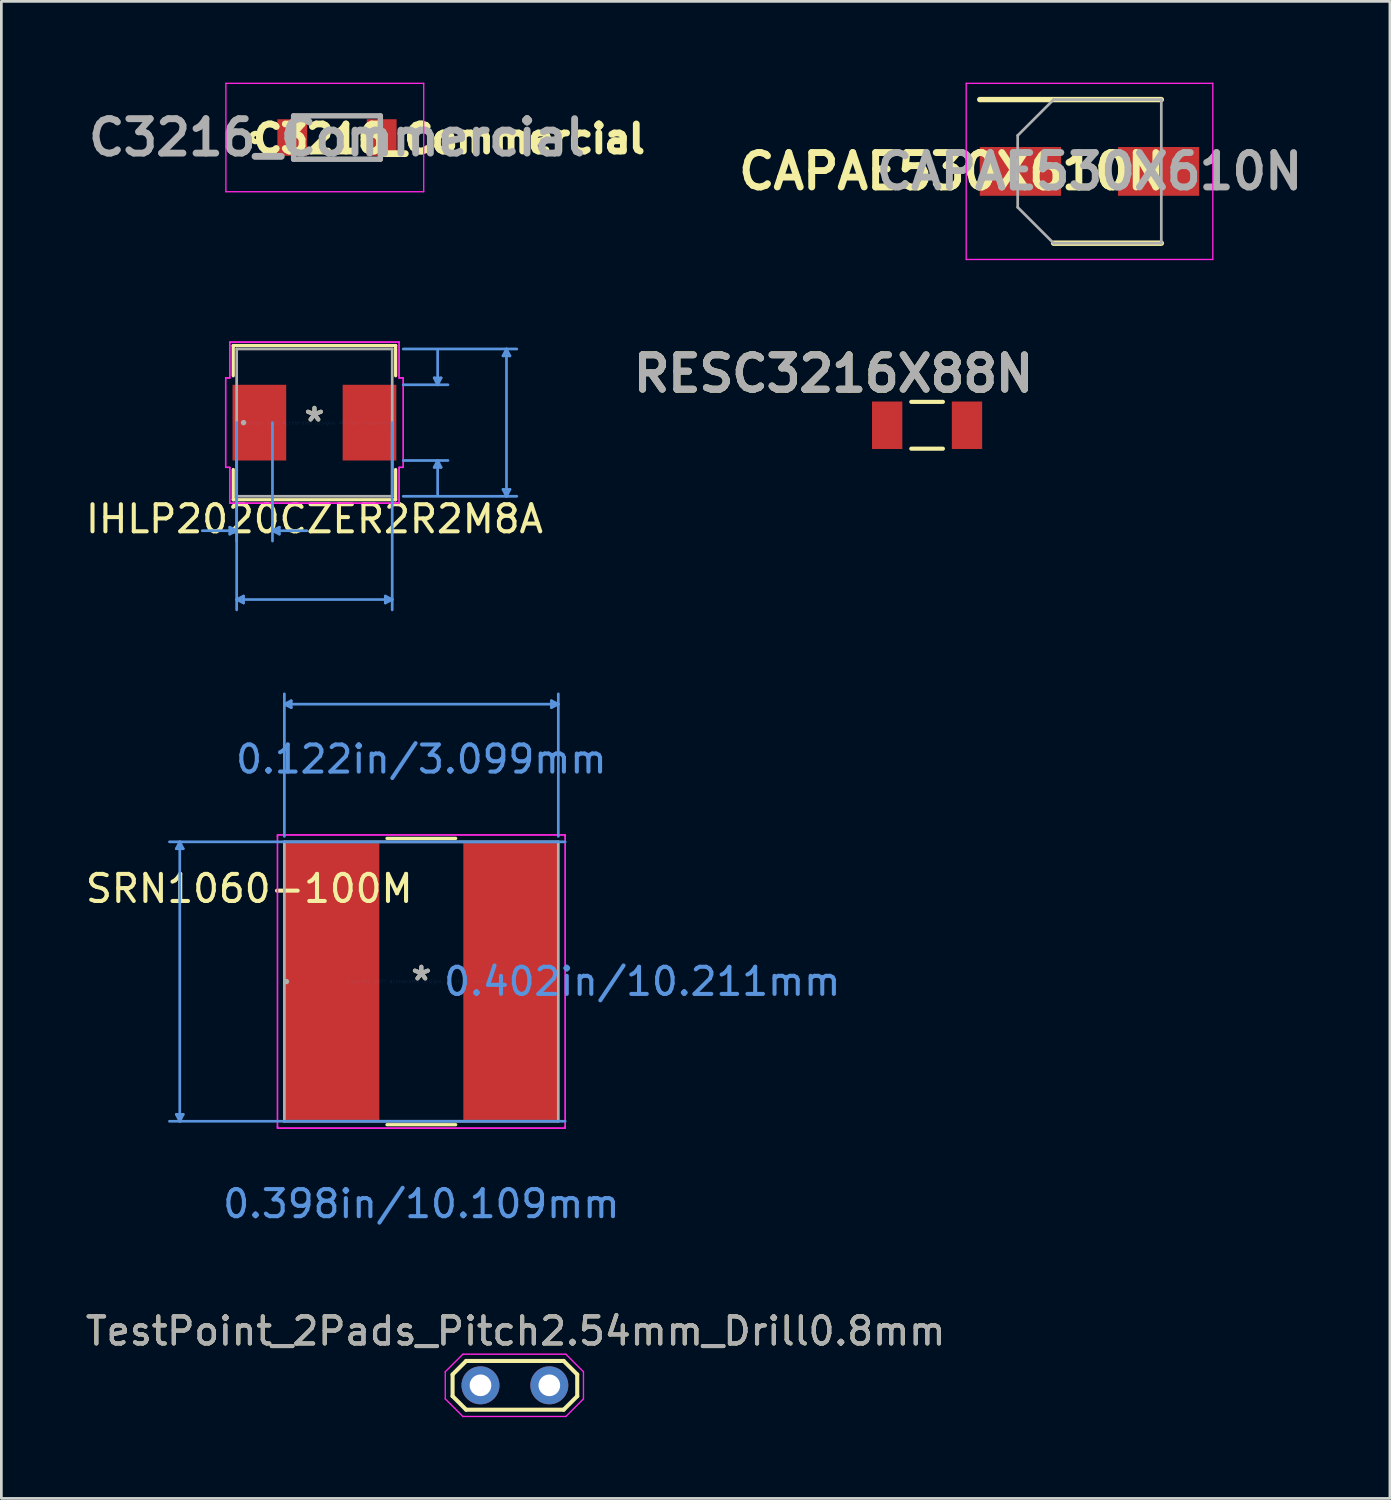
<source format=kicad_pcb>
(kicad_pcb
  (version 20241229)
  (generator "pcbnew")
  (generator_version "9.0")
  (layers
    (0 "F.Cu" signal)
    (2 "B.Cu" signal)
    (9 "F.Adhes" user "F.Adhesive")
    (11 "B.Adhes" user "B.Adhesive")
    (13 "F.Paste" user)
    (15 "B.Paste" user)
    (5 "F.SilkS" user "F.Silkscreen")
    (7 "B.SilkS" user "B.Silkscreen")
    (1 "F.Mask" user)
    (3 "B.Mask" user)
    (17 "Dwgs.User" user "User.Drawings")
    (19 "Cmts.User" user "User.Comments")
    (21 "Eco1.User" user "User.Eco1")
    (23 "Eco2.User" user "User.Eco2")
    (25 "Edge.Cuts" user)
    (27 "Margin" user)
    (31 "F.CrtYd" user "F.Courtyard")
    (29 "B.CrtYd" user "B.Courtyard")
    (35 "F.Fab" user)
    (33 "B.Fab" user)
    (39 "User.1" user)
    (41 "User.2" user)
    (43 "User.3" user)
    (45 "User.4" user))
  (footprint "IHLP2020CZER2R2M8A"
    (layer "F.Cu")
    (at 8.554 12.547)
    (property "Reference" "IHLP2020CZER2R2M8A" (at 0 3.556 0) (layer "F.SilkS") (effects (font (size 1 1) (thickness 0.15))))
    (attr through_hole)
    (fp_line (start -2.997 -2.845) (end -2.997 -1.73) (stroke (width 0.12) (type solid)) (layer "F.SilkS"))
    (fp_line (start -2.997 1.73) (end -2.997 2.845) (stroke (width 0.12) (type solid)) (layer "F.SilkS"))
    (fp_line (start -2.997 2.845) (end 2.997 2.845) (stroke (width 0.12) (type solid)) (layer "F.SilkS"))
    (fp_line (start 2.997 -2.845) (end -2.997 -2.845) (stroke (width 0.12) (type solid)) (layer "F.SilkS"))
    (fp_line (start 2.997 -1.73) (end 2.997 -2.845) (stroke (width 0.12) (type solid)) (layer "F.SilkS"))
    (fp_line (start 2.997 2.845) (end 2.997 1.73) (stroke (width 0.12) (type solid)) (layer "F.SilkS"))
    (fp_line (start -3.124 3.861) (end -3.124 4.115) (stroke (width 0.1) (type solid)) (layer "Cmts.User"))
    (fp_line (start -2.87 0) (end -2.87 4.369) (stroke (width 0.1) (type solid)) (layer "Cmts.User"))
    (fp_line (start -2.87 0) (end -2.87 6.909) (stroke (width 0.1) (type solid)) (layer "Cmts.User"))
    (fp_line (start -2.87 3.988) (end -4.14 3.988) (stroke (width 0.1) (type solid)) (layer "Cmts.User"))
    (fp_line (start -2.87 3.988) (end -3.124 3.861) (stroke (width 0.1) (type solid)) (layer "Cmts.User"))
    (fp_line (start -2.87 3.988) (end -3.124 4.115) (stroke (width 0.1) (type solid)) (layer "Cmts.User"))
    (fp_line (start -2.87 6.528) (end -2.616 6.401) (stroke (width 0.1) (type solid)) (layer "Cmts.User"))
    (fp_line (start -2.87 6.528) (end -2.616 6.655) (stroke (width 0.1) (type solid)) (layer "Cmts.User"))
    (fp_line (start -2.87 6.528) (end 2.87 6.528) (stroke (width 0.1) (type solid)) (layer "Cmts.User"))
    (fp_line (start -2.616 6.401) (end -2.616 6.655) (stroke (width 0.1) (type solid)) (layer "Cmts.User"))
    (fp_line (start -1.549 0) (end -1.549 4.369) (stroke (width 0.1) (type solid)) (layer "Cmts.User"))
    (fp_line (start -1.549 3.988) (end -1.295 3.861) (stroke (width 0.1) (type solid)) (layer "Cmts.User"))
    (fp_line (start -1.549 3.988) (end -1.295 4.115) (stroke (width 0.1) (type solid)) (layer "Cmts.User"))
    (fp_line (start -1.549 3.988) (end -0.279 3.988) (stroke (width 0.1) (type solid)) (layer "Cmts.User"))
    (fp_line (start -1.295 3.861) (end -1.295 4.115) (stroke (width 0.1) (type solid)) (layer "Cmts.User"))
    (fp_line (start 2.616 6.401) (end 2.616 6.655) (stroke (width 0.1) (type solid)) (layer "Cmts.User"))
    (fp_line (start 2.87 0) (end 2.87 6.909) (stroke (width 0.1) (type solid)) (layer "Cmts.User"))
    (fp_line (start 2.87 6.528) (end 2.616 6.401) (stroke (width 0.1) (type solid)) (layer "Cmts.User"))
    (fp_line (start 2.87 6.528) (end 2.616 6.655) (stroke (width 0.1) (type solid)) (layer "Cmts.User"))
    (fp_line (start 3.277 -2.718) (end 7.468 -2.718) (stroke (width 0.1) (type solid)) (layer "Cmts.User"))
    (fp_line (start 3.277 -1.397) (end 4.928 -1.397) (stroke (width 0.1) (type solid)) (layer "Cmts.User"))
    (fp_line (start 3.277 1.397) (end 4.928 1.397) (stroke (width 0.1) (type solid)) (layer "Cmts.User"))
    (fp_line (start 3.277 2.718) (end 7.468 2.718) (stroke (width 0.1) (type solid)) (layer "Cmts.User"))
    (fp_line (start 4.42 -1.651) (end 4.674 -1.651) (stroke (width 0.1) (type solid)) (layer "Cmts.User"))
    (fp_line (start 4.42 1.651) (end 4.674 1.651) (stroke (width 0.1) (type solid)) (layer "Cmts.User"))
    (fp_line (start 4.547 -1.397) (end 4.42 -1.651) (stroke (width 0.1) (type solid)) (layer "Cmts.User"))
    (fp_line (start 4.547 -1.397) (end 4.547 -2.667) (stroke (width 0.1) (type solid)) (layer "Cmts.User"))
    (fp_line (start 4.547 -1.397) (end 4.674 -1.651) (stroke (width 0.1) (type solid)) (layer "Cmts.User"))
    (fp_line (start 4.547 1.397) (end 4.42 1.651) (stroke (width 0.1) (type solid)) (layer "Cmts.User"))
    (fp_line (start 4.547 1.397) (end 4.547 2.667) (stroke (width 0.1) (type solid)) (layer "Cmts.User"))
    (fp_line (start 4.547 1.397) (end 4.674 1.651) (stroke (width 0.1) (type solid)) (layer "Cmts.User"))
    (fp_line (start 6.96 -2.464) (end 7.214 -2.464) (stroke (width 0.1) (type solid)) (layer "Cmts.User"))
    (fp_line (start 6.96 2.464) (end 7.214 2.464) (stroke (width 0.1) (type solid)) (layer "Cmts.User"))
    (fp_line (start 7.087 -2.718) (end 6.96 -2.464) (stroke (width 0.1) (type solid)) (layer "Cmts.User"))
    (fp_line (start 7.087 -2.718) (end 7.087 2.718) (stroke (width 0.1) (type solid)) (layer "Cmts.User"))
    (fp_line (start 7.087 -2.718) (end 7.214 -2.464) (stroke (width 0.1) (type solid)) (layer "Cmts.User"))
    (fp_line (start 7.087 2.718) (end 6.96 2.464) (stroke (width 0.1) (type solid)) (layer "Cmts.User"))
    (fp_line (start 7.087 2.718) (end 7.214 2.464) (stroke (width 0.1) (type solid)) (layer "Cmts.User"))
    (fp_line (start -3.277 -1.651) (end -3.124 -1.651) (stroke (width 0.05) (type solid)) (layer "F.CrtYd"))
    (fp_line (start -3.277 -1.651) (end -3.124 -1.651) (stroke (width 0.05) (type solid)) (layer "F.CrtYd"))
    (fp_line (start -3.277 1.651) (end -3.277 -1.651) (stroke (width 0.05) (type solid)) (layer "F.CrtYd"))
    (fp_line (start -3.277 1.651) (end -3.277 -1.651) (stroke (width 0.05) (type solid)) (layer "F.CrtYd"))
    (fp_line (start -3.124 -2.972) (end 3.124 -2.972) (stroke (width 0.05) (type solid)) (layer "F.CrtYd"))
    (fp_line (start -3.124 -2.972) (end 3.124 -2.972) (stroke (width 0.05) (type solid)) (layer "F.CrtYd"))
    (fp_line (start -3.124 -1.651) (end -3.124 -2.972) (stroke (width 0.05) (type solid)) (layer "F.CrtYd"))
    (fp_line (start -3.124 -1.651) (end -3.124 -2.972) (stroke (width 0.05) (type solid)) (layer "F.CrtYd"))
    (fp_line (start -3.124 1.651) (end -3.277 1.651) (stroke (width 0.05) (type solid)) (layer "F.CrtYd"))
    (fp_line (start -3.124 1.651) (end -3.277 1.651) (stroke (width 0.05) (type solid)) (layer "F.CrtYd"))
    (fp_line (start -3.124 2.972) (end -3.124 1.651) (stroke (width 0.05) (type solid)) (layer "F.CrtYd"))
    (fp_line (start -3.124 2.972) (end -3.124 1.651) (stroke (width 0.05) (type solid)) (layer "F.CrtYd"))
    (fp_line (start 3.124 -2.972) (end 3.124 -1.651) (stroke (width 0.05) (type solid)) (layer "F.CrtYd"))
    (fp_line (start 3.124 -2.972) (end 3.124 -1.651) (stroke (width 0.05) (type solid)) (layer "F.CrtYd"))
    (fp_line (start 3.124 -1.651) (end 3.277 -1.651) (stroke (width 0.05) (type solid)) (layer "F.CrtYd"))
    (fp_line (start 3.124 -1.651) (end 3.277 -1.651) (stroke (width 0.05) (type solid)) (layer "F.CrtYd"))
    (fp_line (start 3.124 1.651) (end 3.124 2.972) (stroke (width 0.05) (type solid)) (layer "F.CrtYd"))
    (fp_line (start 3.124 1.651) (end 3.124 2.972) (stroke (width 0.05) (type solid)) (layer "F.CrtYd"))
    (fp_line (start 3.124 2.972) (end -3.124 2.972) (stroke (width 0.05) (type solid)) (layer "F.CrtYd"))
    (fp_line (start 3.124 2.972) (end -3.124 2.972) (stroke (width 0.05) (type solid)) (layer "F.CrtYd"))
    (fp_line (start 3.277 -1.651) (end 3.277 1.651) (stroke (width 0.05) (type solid)) (layer "F.CrtYd"))
    (fp_line (start 3.277 -1.651) (end 3.277 1.651) (stroke (width 0.05) (type solid)) (layer "F.CrtYd"))
    (fp_line (start 3.277 1.651) (end 3.124 1.651) (stroke (width 0.05) (type solid)) (layer "F.CrtYd"))
    (fp_line (start 3.277 1.651) (end 3.124 1.651) (stroke (width 0.05) (type solid)) (layer "F.CrtYd"))
    (fp_line (start -2.87 -2.718) (end -2.87 2.718) (stroke (width 0.1) (type solid)) (layer "F.Fab"))
    (fp_line (start -2.87 2.718) (end 2.87 2.718) (stroke (width 0.1) (type solid)) (layer "F.Fab"))
    (fp_line (start 2.87 -2.718) (end -2.87 -2.718) (stroke (width 0.1) (type solid)) (layer "F.Fab"))
    (fp_line (start 2.87 2.718) (end 2.87 -2.718) (stroke (width 0.1) (type solid)) (layer "F.Fab"))
    (fp_circle (center -2.616 0) (end -2.616 0) (stroke (width 0.1) (type solid)) (fill no) (layer "F.Fab"))
    (fp_text user "*" (at 0 0 0) (layer "F.SilkS") (effects (font (size 1 1) (thickness 0.15))))
    (fp_text user "Copyright 2021 Accelerated Designs. All rights reserved." (at 0 0 0) (layer "Cmts.User") (effects (font (size 0.127 0.127) (thickness 0.002))))
    (fp_text user "*" (at 0 0 0) (layer "F.Fab") (effects (font (size 1 1) (thickness 0.15))))
    (pad "1" smd rect (at -2.032 0 90) (size 2.794 1.981) (layers "F.Cu" "F.Mask" "F.Paste"))
    (pad "2" smd rect (at 2.032 0 90) (size 2.794 1.981) (layers "F.Cu" "F.Mask" "F.Paste")))
  (footprint "TestPoint_2Pads_Pitch2.54mm_Drill0.8mm"
    (layer "F.Cu")
    (at 14.682 48.074)
    (property "Reference" "TestPoint_2Pads_Pitch2.54mm_Drill0.8mm" (at 1.3 -2 180) (layer "F.SilkS") (effects (font (size 1 1) (thickness 0.15))))
    (attr exclude_from_pos_files)
    (fp_line (start -1.03 -0.4) (end -0.53 -0.9) (stroke (width 0.15) (type solid)) (layer "F.SilkS"))
    (fp_line (start -1.03 0.4) (end -1.03 -0.4) (stroke (width 0.15) (type solid)) (layer "F.SilkS"))
    (fp_line (start -0.53 -0.9) (end 3.07 -0.9) (stroke (width 0.15) (type solid)) (layer "F.SilkS"))
    (fp_line (start -0.53 0.9) (end -1.03 0.4) (stroke (width 0.15) (type solid)) (layer "F.SilkS"))
    (fp_line (start 3.07 -0.9) (end 3.57 -0.4) (stroke (width 0.15) (type solid)) (layer "F.SilkS"))
    (fp_line (start 3.07 0.9) (end -0.53 0.9) (stroke (width 0.15) (type solid)) (layer "F.SilkS"))
    (fp_line (start 3.57 -0.4) (end 3.57 0.4) (stroke (width 0.15) (type solid)) (layer "F.SilkS"))
    (fp_line (start 3.57 0.4) (end 3.07 0.9) (stroke (width 0.15) (type solid)) (layer "F.SilkS"))
    (fp_line (start -1.3 -0.5) (end -1.3 0.5) (stroke (width 0.05) (type solid)) (layer "F.CrtYd"))
    (fp_line (start -1.3 0.5) (end -0.65 1.15) (stroke (width 0.05) (type solid)) (layer "F.CrtYd"))
    (fp_line (start -0.65 -1.15) (end -1.3 -0.5) (stroke (width 0.05) (type solid)) (layer "F.CrtYd"))
    (fp_line (start -0.65 1.15) (end 3.15 1.15) (stroke (width 0.05) (type solid)) (layer "F.CrtYd"))
    (fp_line (start 3.15 -1.15) (end -0.65 -1.15) (stroke (width 0.05) (type solid)) (layer "F.CrtYd"))
    (fp_line (start 3.15 1.15) (end 3.8 0.5) (stroke (width 0.05) (type solid)) (layer "F.CrtYd"))
    (fp_line (start 3.8 -0.5) (end 3.15 -1.15) (stroke (width 0.05) (type solid)) (layer "F.CrtYd"))
    (fp_line (start 3.8 0.5) (end 3.8 -0.5) (stroke (width 0.05) (type solid)) (layer "F.CrtYd"))
    (fp_text user "${REFERENCE}" (at 1.3 -2 180) (layer "F.Fab") (effects (font (size 1 1) (thickness 0.15))))
    (pad "1" thru_hole circle (at 0 0) (size 1.4 1.4) (drill 0.8) (layers "*.Cu" "*.Mask"))
    (pad "2" thru_hole circle (at 2.54 0) (size 1.4 1.4) (drill 0.8) (layers "*.Cu" "*.Mask")))
  (footprint "SRN1060-100M"
    (layer "F.Cu")
    (at 12.499 33.173)
    (property "Reference" "SRN1060-100M" (at -6.35 -3.428 0) (layer "F.SilkS") (effects (font (size 1 1) (thickness 0.15))))
    (attr through_hole)
    (fp_line (start -1.268 5.283) (end 1.268 5.283) (stroke (width 0.12) (type solid)) (layer "F.SilkS"))
    (fp_line (start 1.268 -5.283) (end -1.268 -5.283) (stroke (width 0.12) (type solid)) (layer "F.SilkS"))
    (fp_line (start -9.042 -4.902) (end -8.788 -4.902) (stroke (width 0.1) (type solid)) (layer "Cmts.User"))
    (fp_line (start -9.042 4.902) (end -8.788 4.902) (stroke (width 0.1) (type solid)) (layer "Cmts.User"))
    (fp_line (start -8.915 -5.156) (end -9.042 -4.902) (stroke (width 0.1) (type solid)) (layer "Cmts.User"))
    (fp_line (start -8.915 -5.156) (end -8.915 5.156) (stroke (width 0.1) (type solid)) (layer "Cmts.User"))
    (fp_line (start -8.915 -5.156) (end -8.788 -4.902) (stroke (width 0.1) (type solid)) (layer "Cmts.User"))
    (fp_line (start -8.915 5.156) (end -9.042 4.902) (stroke (width 0.1) (type solid)) (layer "Cmts.User"))
    (fp_line (start -8.915 5.156) (end -8.788 4.902) (stroke (width 0.1) (type solid)) (layer "Cmts.User"))
    (fp_line (start -5.055 -10.236) (end -4.801 -10.363) (stroke (width 0.1) (type solid)) (layer "Cmts.User"))
    (fp_line (start -5.055 -10.236) (end -4.801 -10.109) (stroke (width 0.1) (type solid)) (layer "Cmts.User"))
    (fp_line (start -5.055 -10.236) (end 5.055 -10.236) (stroke (width 0.1) (type solid)) (layer "Cmts.User"))
    (fp_line (start -5.055 -5.359) (end -5.055 -10.617) (stroke (width 0.1) (type solid)) (layer "Cmts.User"))
    (fp_line (start -4.801 -10.363) (end -4.801 -10.109) (stroke (width 0.1) (type solid)) (layer "Cmts.User"))
    (fp_line (start 4.801 -10.363) (end 4.801 -10.109) (stroke (width 0.1) (type solid)) (layer "Cmts.User"))
    (fp_line (start 5.055 -10.236) (end 4.801 -10.363) (stroke (width 0.1) (type solid)) (layer "Cmts.User"))
    (fp_line (start 5.055 -10.236) (end 4.801 -10.109) (stroke (width 0.1) (type solid)) (layer "Cmts.User"))
    (fp_line (start 5.055 -5.359) (end 5.055 -10.617) (stroke (width 0.1) (type solid)) (layer "Cmts.User"))
    (fp_line (start 5.309 -5.156) (end -9.296 -5.156) (stroke (width 0.1) (type solid)) (layer "Cmts.User"))
    (fp_line (start 5.309 5.156) (end -9.296 5.156) (stroke (width 0.1) (type solid)) (layer "Cmts.User"))
    (fp_line (start -5.309 -5.41) (end 5.309 -5.41) (stroke (width 0.05) (type solid)) (layer "F.CrtYd"))
    (fp_line (start -5.309 -5.41) (end 5.309 -5.41) (stroke (width 0.05) (type solid)) (layer "F.CrtYd"))
    (fp_line (start -5.309 -5.359) (end -5.309 -5.41) (stroke (width 0.05) (type solid)) (layer "F.CrtYd"))
    (fp_line (start -5.309 -5.359) (end -5.309 -5.41) (stroke (width 0.05) (type solid)) (layer "F.CrtYd"))
    (fp_line (start -5.309 -5.359) (end -5.309 -5.359) (stroke (width 0.05) (type solid)) (layer "F.CrtYd"))
    (fp_line (start -5.309 -5.359) (end -5.309 -5.359) (stroke (width 0.05) (type solid)) (layer "F.CrtYd"))
    (fp_line (start -5.309 5.359) (end -5.309 -5.359) (stroke (width 0.05) (type solid)) (layer "F.CrtYd"))
    (fp_line (start -5.309 5.359) (end -5.309 -5.359) (stroke (width 0.05) (type solid)) (layer "F.CrtYd"))
    (fp_line (start -5.309 5.359) (end -5.309 5.359) (stroke (width 0.05) (type solid)) (layer "F.CrtYd"))
    (fp_line (start -5.309 5.359) (end -5.309 5.359) (stroke (width 0.05) (type solid)) (layer "F.CrtYd"))
    (fp_line (start -5.309 5.41) (end -5.309 5.359) (stroke (width 0.05) (type solid)) (layer "F.CrtYd"))
    (fp_line (start -5.309 5.41) (end -5.309 5.359) (stroke (width 0.05) (type solid)) (layer "F.CrtYd"))
    (fp_line (start 5.309 -5.41) (end 5.309 -5.359) (stroke (width 0.05) (type solid)) (layer "F.CrtYd"))
    (fp_line (start 5.309 -5.41) (end 5.309 -5.359) (stroke (width 0.05) (type solid)) (layer "F.CrtYd"))
    (fp_line (start 5.309 -5.359) (end 5.309 -5.359) (stroke (width 0.05) (type solid)) (layer "F.CrtYd"))
    (fp_line (start 5.309 -5.359) (end 5.309 -5.359) (stroke (width 0.05) (type solid)) (layer "F.CrtYd"))
    (fp_line (start 5.309 -5.359) (end 5.309 5.359) (stroke (width 0.05) (type solid)) (layer "F.CrtYd"))
    (fp_line (start 5.309 -5.359) (end 5.309 5.359) (stroke (width 0.05) (type solid)) (layer "F.CrtYd"))
    (fp_line (start 5.309 5.359) (end 5.309 5.359) (stroke (width 0.05) (type solid)) (layer "F.CrtYd"))
    (fp_line (start 5.309 5.359) (end 5.309 5.359) (stroke (width 0.05) (type solid)) (layer "F.CrtYd"))
    (fp_line (start 5.309 5.359) (end 5.309 5.41) (stroke (width 0.05) (type solid)) (layer "F.CrtYd"))
    (fp_line (start 5.309 5.359) (end 5.309 5.41) (stroke (width 0.05) (type solid)) (layer "F.CrtYd"))
    (fp_line (start 5.309 5.41) (end -5.309 5.41) (stroke (width 0.05) (type solid)) (layer "F.CrtYd"))
    (fp_line (start 5.309 5.41) (end -5.309 5.41) (stroke (width 0.05) (type solid)) (layer "F.CrtYd"))
    (fp_line (start -5.055 -5.156) (end -5.055 5.156) (stroke (width 0.1) (type solid)) (layer "F.Fab"))
    (fp_line (start -5.055 5.156) (end 5.055 5.156) (stroke (width 0.1) (type solid)) (layer "F.Fab"))
    (fp_line (start 5.055 -5.156) (end -5.055 -5.156) (stroke (width 0.1) (type solid)) (layer "F.Fab"))
    (fp_line (start 5.055 5.156) (end 5.055 -5.156) (stroke (width 0.1) (type solid)) (layer "F.Fab"))
    (fp_circle (center -4.978 0) (end -4.978 0) (stroke (width 0.1) (type solid)) (fill no) (layer "F.Fab"))
    (fp_text user "*" (at 0 0 0) (layer "F.SilkS") (effects (font (size 1 1) (thickness 0.15))))
    (fp_text user "0.402in/10.211mm" (at 8.153 0 0) (layer "Cmts.User") (effects (font (size 1 1) (thickness 0.15))))
    (fp_text user "0.122in/3.099mm" (at 0 -8.204 0) (layer "Cmts.User") (effects (font (size 1 1) (thickness 0.15))))
    (fp_text user "0.398in/10.109mm" (at 0 8.204 0) (layer "Cmts.User") (effects (font (size 1 1) (thickness 0.15))))
    (fp_text user "Copyright 2021 Accelerated Designs. All rights reserved." (at 0 0 0) (layer "Cmts.User") (effects (font (size 0.127 0.127) (thickness 0.002))))
    (fp_text user "*" (at 0 0 0) (layer "F.Fab") (effects (font (size 1 1) (thickness 0.15))))
    (pad "1" smd rect (at -3.302 0) (size 3.505 10.211) (layers "F.Cu" "F.Mask" "F.Paste"))
    (pad "2" smd rect (at 3.302 0) (size 3.505 10.211) (layers "F.Cu" "F.Mask" "F.Paste")))
  (footprint "C3216_Commercial"
    (layer "F.Cu")
    (at 9.386 2.025)
    (property "Reference" "C3216_Commercial" (at 4.14 0.05 0) (layer "F.SilkS") (effects (font (size 1 1) (thickness 0.25))))
    (attr smd)
    (fp_circle (center -3 0) (end -3 0.05) (stroke (width 0.2) (type solid)) (fill no) (layer "F.SilkS"))
    (fp_line (start -4.1 -2) (end 3.2 -2) (stroke (width 0.05) (type solid)) (layer "F.CrtYd"))
    (fp_line (start -4.1 2) (end -4.1 -2) (stroke (width 0.05) (type solid)) (layer "F.CrtYd"))
    (fp_line (start 3.2 -2) (end 3.2 2) (stroke (width 0.05) (type solid)) (layer "F.CrtYd"))
    (fp_line (start 3.2 2) (end -4.1 2) (stroke (width 0.05) (type solid)) (layer "F.CrtYd"))
    (fp_line (start -1.6 -0.8) (end 1.6 -0.8) (stroke (width 0.2) (type solid)) (layer "F.Fab"))
    (fp_line (start -1.6 0.8) (end -1.6 -0.8) (stroke (width 0.2) (type solid)) (layer "F.Fab"))
    (fp_line (start 1.6 -0.8) (end 1.6 0.8) (stroke (width 0.2) (type solid)) (layer "F.Fab"))
    (fp_line (start 1.6 0.8) (end -1.6 0.8) (stroke (width 0.2) (type solid)) (layer "F.Fab"))
    (fp_text user "${REFERENCE}" (at 0 0 0) (layer "F.Fab") (effects (font (size 1.27 1.27) (thickness 0.254))))
    (pad "1" smd rect (at -1.65 0) (size 1.1 1.35) (layers "F.Cu" "F.Mask" "F.Paste"))
    (pad "2" smd rect (at 1.65 0) (size 1.1 1.35) (layers "F.Cu" "F.Mask" "F.Paste")))
  (footprint "RESC3216X88N"
    (layer "F.Cu")
    (at 31.163 12.644)
    (property "Reference" "RESC3216X88N" (at -3.454 -1.905 0) (layer "F.SilkS") (effects (font (size 1.27 1.27) (thickness 0.254))))
    (attr smd)
    (fp_line (start -0.584 0.864) (end 0.584 0.864) (stroke (width 0.152) (type solid)) (layer "F.SilkS"))
    (fp_line (start 0.584 -0.864) (end -0.584 -0.864) (stroke (width 0.152) (type solid)) (layer "F.SilkS"))
    (fp_text user "${REFERENCE}" (at -3.454 -1.905 0) (layer "F.Fab") (effects (font (size 1.27 1.27) (thickness 0.254))))
    (pad "1" smd rect (at -1.473 0) (size 1.118 1.753) (layers "F.Cu" "F.Mask" "F.Paste"))
    (pad "2" smd rect (at 1.473 0) (size 1.118 1.753) (layers "F.Cu" "F.Mask" "F.Paste")))
  (footprint "CAPAE530X610N"
    (layer "F.Cu")
    (at 37.157 3.275)
    (property "Reference" "CAPAE530X610N" (at -5.08 0 180) (layer "F.SilkS") (effects (font (size 1.27 1.27) (thickness 0.254))))
    (attr smd)
    (fp_line (start -4.05 -2.65) (end 2.65 -2.65) (stroke (width 0.2) (type solid)) (layer "F.SilkS"))
    (fp_line (start -1.325 2.65) (end 2.65 2.65) (stroke (width 0.2) (type solid)) (layer "F.SilkS"))
    (fp_line (start -4.55 -3.25) (end 4.55 -3.25) (stroke (width 0.05) (type solid)) (layer "F.CrtYd"))
    (fp_line (start -4.55 3.25) (end -4.55 -3.25) (stroke (width 0.05) (type solid)) (layer "F.CrtYd"))
    (fp_line (start 4.55 -3.25) (end 4.55 3.25) (stroke (width 0.05) (type solid)) (layer "F.CrtYd"))
    (fp_line (start 4.55 3.25) (end -4.55 3.25) (stroke (width 0.05) (type solid)) (layer "F.CrtYd"))
    (fp_line (start -2.65 -1.325) (end -2.65 1.325) (stroke (width 0.1) (type solid)) (layer "F.Fab"))
    (fp_line (start -2.65 1.325) (end -1.325 2.65) (stroke (width 0.1) (type solid)) (layer "F.Fab"))
    (fp_line (start -1.325 -2.65) (end -2.65 -1.325) (stroke (width 0.1) (type solid)) (layer "F.Fab"))
    (fp_line (start -1.325 2.65) (end 2.65 2.65) (stroke (width 0.1) (type solid)) (layer "F.Fab"))
    (fp_line (start 2.65 -2.65) (end -1.325 -2.65) (stroke (width 0.1) (type solid)) (layer "F.Fab"))
    (fp_line (start 2.65 2.65) (end 2.65 -2.65) (stroke (width 0.1) (type solid)) (layer "F.Fab"))
    (fp_text user "${REFERENCE}" (at 0 0 180) (layer "F.Fab") (effects (font (size 1.27 1.27) (thickness 0.254))))
    (pad "1" smd rect (at -2.55 0 90) (size 1.8 3) (layers "F.Cu" "F.Mask" "F.Paste"))
    (pad "2" smd rect (at 2.55 0 90) (size 1.8 3) (layers "F.Cu" "F.Mask" "F.Paste")))
  (gr_rect
    (start -3 -3)
    (end 48.243 52.248)
    (stroke (width 0.1) (type default))
    (fill no)
    (layer "Edge.Cuts")))
</source>
